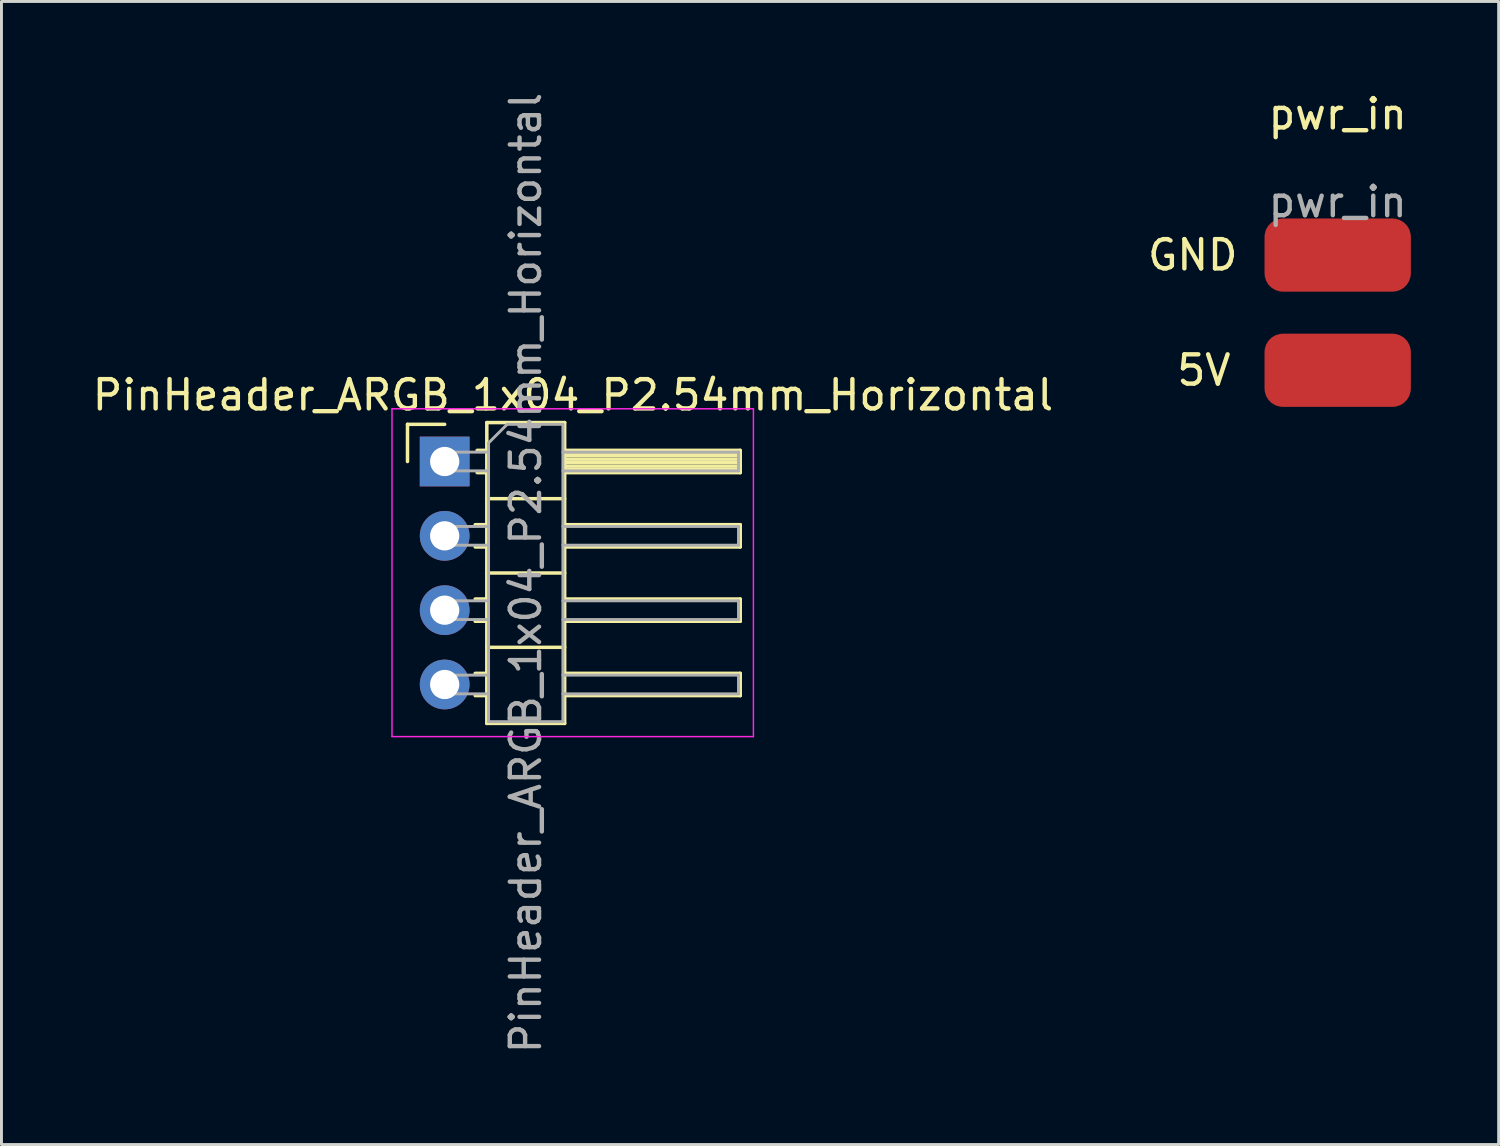
<source format=kicad_pcb>
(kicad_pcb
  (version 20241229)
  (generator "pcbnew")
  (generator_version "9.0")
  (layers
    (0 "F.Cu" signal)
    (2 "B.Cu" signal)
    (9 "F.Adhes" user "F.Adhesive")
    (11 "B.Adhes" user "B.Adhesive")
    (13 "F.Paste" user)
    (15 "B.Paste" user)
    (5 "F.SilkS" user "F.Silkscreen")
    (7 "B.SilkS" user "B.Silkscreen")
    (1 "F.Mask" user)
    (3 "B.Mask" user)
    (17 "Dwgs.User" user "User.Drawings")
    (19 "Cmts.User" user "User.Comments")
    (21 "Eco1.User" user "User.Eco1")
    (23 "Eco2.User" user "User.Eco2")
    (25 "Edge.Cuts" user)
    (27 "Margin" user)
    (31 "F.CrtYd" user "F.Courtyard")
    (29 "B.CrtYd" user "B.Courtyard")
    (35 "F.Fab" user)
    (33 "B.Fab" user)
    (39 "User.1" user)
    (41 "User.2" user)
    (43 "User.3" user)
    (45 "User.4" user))
  (footprint "PinHeader_ARGB_1x04_P2.54mm_Horizontal"
    (layer "F.Cu")
    (at 12.145 12.72)
    (property "Reference" "PinHeader_ARGB_1x04_P2.54mm_Horizontal" (at 4.385 -2.27 0) (layer "F.SilkS") (effects (font (size 1 1) (thickness 0.15))))
    (attr through_hole)
    (fp_line (start -1.27 -1.27) (end 0 -1.27) (stroke (width 0.12) (type solid)) (layer "F.SilkS"))
    (fp_line (start -1.27 0) (end -1.27 -1.27) (stroke (width 0.12) (type solid)) (layer "F.SilkS"))
    (fp_line (start 1.043 2.16) (end 1.44 2.16) (stroke (width 0.12) (type solid)) (layer "F.SilkS"))
    (fp_line (start 1.043 2.92) (end 1.44 2.92) (stroke (width 0.12) (type solid)) (layer "F.SilkS"))
    (fp_line (start 1.043 4.7) (end 1.44 4.7) (stroke (width 0.12) (type solid)) (layer "F.SilkS"))
    (fp_line (start 1.043 5.46) (end 1.44 5.46) (stroke (width 0.12) (type solid)) (layer "F.SilkS"))
    (fp_line (start 1.043 7.24) (end 1.44 7.24) (stroke (width 0.12) (type solid)) (layer "F.SilkS"))
    (fp_line (start 1.043 8) (end 1.44 8) (stroke (width 0.12) (type solid)) (layer "F.SilkS"))
    (fp_line (start 1.11 -0.38) (end 1.44 -0.38) (stroke (width 0.12) (type solid)) (layer "F.SilkS"))
    (fp_line (start 1.11 0.38) (end 1.44 0.38) (stroke (width 0.12) (type solid)) (layer "F.SilkS"))
    (fp_line (start 1.44 -1.33) (end 1.44 8.95) (stroke (width 0.12) (type solid)) (layer "F.SilkS"))
    (fp_line (start 1.44 1.27) (end 4.1 1.27) (stroke (width 0.12) (type solid)) (layer "F.SilkS"))
    (fp_line (start 1.44 3.81) (end 4.1 3.81) (stroke (width 0.12) (type solid)) (layer "F.SilkS"))
    (fp_line (start 1.44 6.35) (end 4.1 6.35) (stroke (width 0.12) (type solid)) (layer "F.SilkS"))
    (fp_line (start 1.44 8.95) (end 4.1 8.95) (stroke (width 0.12) (type solid)) (layer "F.SilkS"))
    (fp_line (start 4.1 -1.33) (end 1.44 -1.33) (stroke (width 0.12) (type solid)) (layer "F.SilkS"))
    (fp_line (start 4.1 -0.38) (end 10.1 -0.38) (stroke (width 0.12) (type solid)) (layer "F.SilkS"))
    (fp_line (start 4.1 -0.32) (end 10.1 -0.32) (stroke (width 0.12) (type solid)) (layer "F.SilkS"))
    (fp_line (start 4.1 -0.2) (end 10.1 -0.2) (stroke (width 0.12) (type solid)) (layer "F.SilkS"))
    (fp_line (start 4.1 -0.08) (end 10.1 -0.08) (stroke (width 0.12) (type solid)) (layer "F.SilkS"))
    (fp_line (start 4.1 0.04) (end 10.1 0.04) (stroke (width 0.12) (type solid)) (layer "F.SilkS"))
    (fp_line (start 4.1 0.16) (end 10.1 0.16) (stroke (width 0.12) (type solid)) (layer "F.SilkS"))
    (fp_line (start 4.1 0.28) (end 10.1 0.28) (stroke (width 0.12) (type solid)) (layer "F.SilkS"))
    (fp_line (start 4.1 2.16) (end 10.1 2.16) (stroke (width 0.12) (type solid)) (layer "F.SilkS"))
    (fp_line (start 4.1 4.7) (end 10.1 4.7) (stroke (width 0.12) (type solid)) (layer "F.SilkS"))
    (fp_line (start 4.1 7.24) (end 10.1 7.24) (stroke (width 0.12) (type solid)) (layer "F.SilkS"))
    (fp_line (start 4.1 8.95) (end 4.1 -1.33) (stroke (width 0.12) (type solid)) (layer "F.SilkS"))
    (fp_line (start 10.1 -0.38) (end 10.1 0.38) (stroke (width 0.12) (type solid)) (layer "F.SilkS"))
    (fp_line (start 10.1 0.38) (end 4.1 0.38) (stroke (width 0.12) (type solid)) (layer "F.SilkS"))
    (fp_line (start 10.1 2.16) (end 10.1 2.92) (stroke (width 0.12) (type solid)) (layer "F.SilkS"))
    (fp_line (start 10.1 2.92) (end 4.1 2.92) (stroke (width 0.12) (type solid)) (layer "F.SilkS"))
    (fp_line (start 10.1 4.7) (end 10.1 5.46) (stroke (width 0.12) (type solid)) (layer "F.SilkS"))
    (fp_line (start 10.1 5.46) (end 4.1 5.46) (stroke (width 0.12) (type solid)) (layer "F.SilkS"))
    (fp_line (start 10.1 7.24) (end 10.1 8) (stroke (width 0.12) (type solid)) (layer "F.SilkS"))
    (fp_line (start 10.1 8) (end 4.1 8) (stroke (width 0.12) (type solid)) (layer "F.SilkS"))
    (fp_line (start -1.8 -1.8) (end -1.8 9.4) (stroke (width 0.05) (type solid)) (layer "F.CrtYd"))
    (fp_line (start -1.8 9.4) (end 10.55 9.4) (stroke (width 0.05) (type solid)) (layer "F.CrtYd"))
    (fp_line (start 10.55 -1.8) (end -1.8 -1.8) (stroke (width 0.05) (type solid)) (layer "F.CrtYd"))
    (fp_line (start 10.55 9.4) (end 10.55 -1.8) (stroke (width 0.05) (type solid)) (layer "F.CrtYd"))
    (fp_line (start -0.32 -0.32) (end -0.32 0.32) (stroke (width 0.1) (type solid)) (layer "F.Fab"))
    (fp_line (start -0.32 -0.32) (end 1.5 -0.32) (stroke (width 0.1) (type solid)) (layer "F.Fab"))
    (fp_line (start -0.32 0.32) (end 1.5 0.32) (stroke (width 0.1) (type solid)) (layer "F.Fab"))
    (fp_line (start -0.32 2.22) (end -0.32 2.86) (stroke (width 0.1) (type solid)) (layer "F.Fab"))
    (fp_line (start -0.32 2.22) (end 1.5 2.22) (stroke (width 0.1) (type solid)) (layer "F.Fab"))
    (fp_line (start -0.32 2.86) (end 1.5 2.86) (stroke (width 0.1) (type solid)) (layer "F.Fab"))
    (fp_line (start -0.32 4.76) (end -0.32 5.4) (stroke (width 0.1) (type solid)) (layer "F.Fab"))
    (fp_line (start -0.32 4.76) (end 1.5 4.76) (stroke (width 0.1) (type solid)) (layer "F.Fab"))
    (fp_line (start -0.32 5.4) (end 1.5 5.4) (stroke (width 0.1) (type solid)) (layer "F.Fab"))
    (fp_line (start -0.32 7.3) (end -0.32 7.94) (stroke (width 0.1) (type solid)) (layer "F.Fab"))
    (fp_line (start -0.32 7.3) (end 1.5 7.3) (stroke (width 0.1) (type solid)) (layer "F.Fab"))
    (fp_line (start -0.32 7.94) (end 1.5 7.94) (stroke (width 0.1) (type solid)) (layer "F.Fab"))
    (fp_line (start 1.5 -0.635) (end 2.135 -1.27) (stroke (width 0.1) (type solid)) (layer "F.Fab"))
    (fp_line (start 1.5 8.89) (end 1.5 -0.635) (stroke (width 0.1) (type solid)) (layer "F.Fab"))
    (fp_line (start 2.135 -1.27) (end 4.04 -1.27) (stroke (width 0.1) (type solid)) (layer "F.Fab"))
    (fp_line (start 4.04 -1.27) (end 4.04 8.89) (stroke (width 0.1) (type solid)) (layer "F.Fab"))
    (fp_line (start 4.04 -0.32) (end 10.04 -0.32) (stroke (width 0.1) (type solid)) (layer "F.Fab"))
    (fp_line (start 4.04 0.32) (end 10.04 0.32) (stroke (width 0.1) (type solid)) (layer "F.Fab"))
    (fp_line (start 4.04 2.22) (end 10.04 2.22) (stroke (width 0.1) (type solid)) (layer "F.Fab"))
    (fp_line (start 4.04 2.86) (end 10.04 2.86) (stroke (width 0.1) (type solid)) (layer "F.Fab"))
    (fp_line (start 4.04 4.76) (end 10.04 4.76) (stroke (width 0.1) (type solid)) (layer "F.Fab"))
    (fp_line (start 4.04 5.4) (end 10.04 5.4) (stroke (width 0.1) (type solid)) (layer "F.Fab"))
    (fp_line (start 4.04 7.3) (end 10.04 7.3) (stroke (width 0.1) (type solid)) (layer "F.Fab"))
    (fp_line (start 4.04 7.94) (end 10.04 7.94) (stroke (width 0.1) (type solid)) (layer "F.Fab"))
    (fp_line (start 4.04 8.89) (end 1.5 8.89) (stroke (width 0.1) (type solid)) (layer "F.Fab"))
    (fp_line (start 10.04 -0.32) (end 10.04 0.32) (stroke (width 0.1) (type solid)) (layer "F.Fab"))
    (fp_line (start 10.04 2.22) (end 10.04 2.86) (stroke (width 0.1) (type solid)) (layer "F.Fab"))
    (fp_line (start 10.04 4.76) (end 10.04 5.4) (stroke (width 0.1) (type solid)) (layer "F.Fab"))
    (fp_line (start 10.04 7.3) (end 10.04 7.94) (stroke (width 0.1) (type solid)) (layer "F.Fab"))
    (fp_text user "${REFERENCE}" (at 2.77 3.81 90) (layer "F.Fab") (effects (font (size 1 1) (thickness 0.15))))
    (pad "1" thru_hole rect (at 0 0) (size 1.7 1.7) (drill 1) (layers "*.Cu" "*.Mask"))
    (pad "2" thru_hole oval (at 0 2.54) (size 1.7 1.7) (drill 1) (layers "*.Cu" "*.Mask"))
    (pad "3" thru_hole oval (at 0 5.08) (size 1.7 1.7) (drill 1) (layers "*.Cu" "*.Mask"))
    (pad "4" thru_hole oval (at 0 7.62) (size 1.7 1.7) (drill 1) (layers "*.Cu" "*.Mask")))
  (footprint "pwr_in"
    (layer "F.Cu")
    (at 42.661 1.348)
    (property "Reference" "pwr_in" (at 0 -0.5 0) (unlocked yes) (layer "F.SilkS") (effects (font (size 1 1) (thickness 0.15))))
    (attr smd)
    (fp_text user "GND" (at -4.953 4.318 0) (unlocked yes) (layer "F.SilkS") (effects (font (size 1 1) (thickness 0.15))))
    (fp_text user "5V" (at -4.572 8.255 0) (unlocked yes) (layer "F.SilkS") (effects (font (size 1 1) (thickness 0.15))))
    (fp_text user "${REFERENCE}" (at 0 2.5 0) (unlocked yes) (layer "F.Fab") (effects (font (size 1 1) (thickness 0.15))))
    (pad "1" smd roundrect (at 0 4.318) (size 5 2.5) (layers "F.Cu" "F.Mask" "F.Paste") (roundrect_rratio 0.25))
    (pad "2" smd roundrect (at 0 8.255) (size 5 2.5) (layers "F.Cu" "F.Mask" "F.Paste") (roundrect_rratio 0.25)))
  (gr_rect
    (start -3 -3)
    (end 48.161 36.06)
    (stroke (width 0.1) (type default))
    (fill no)
    (layer "Edge.Cuts")))
</source>
